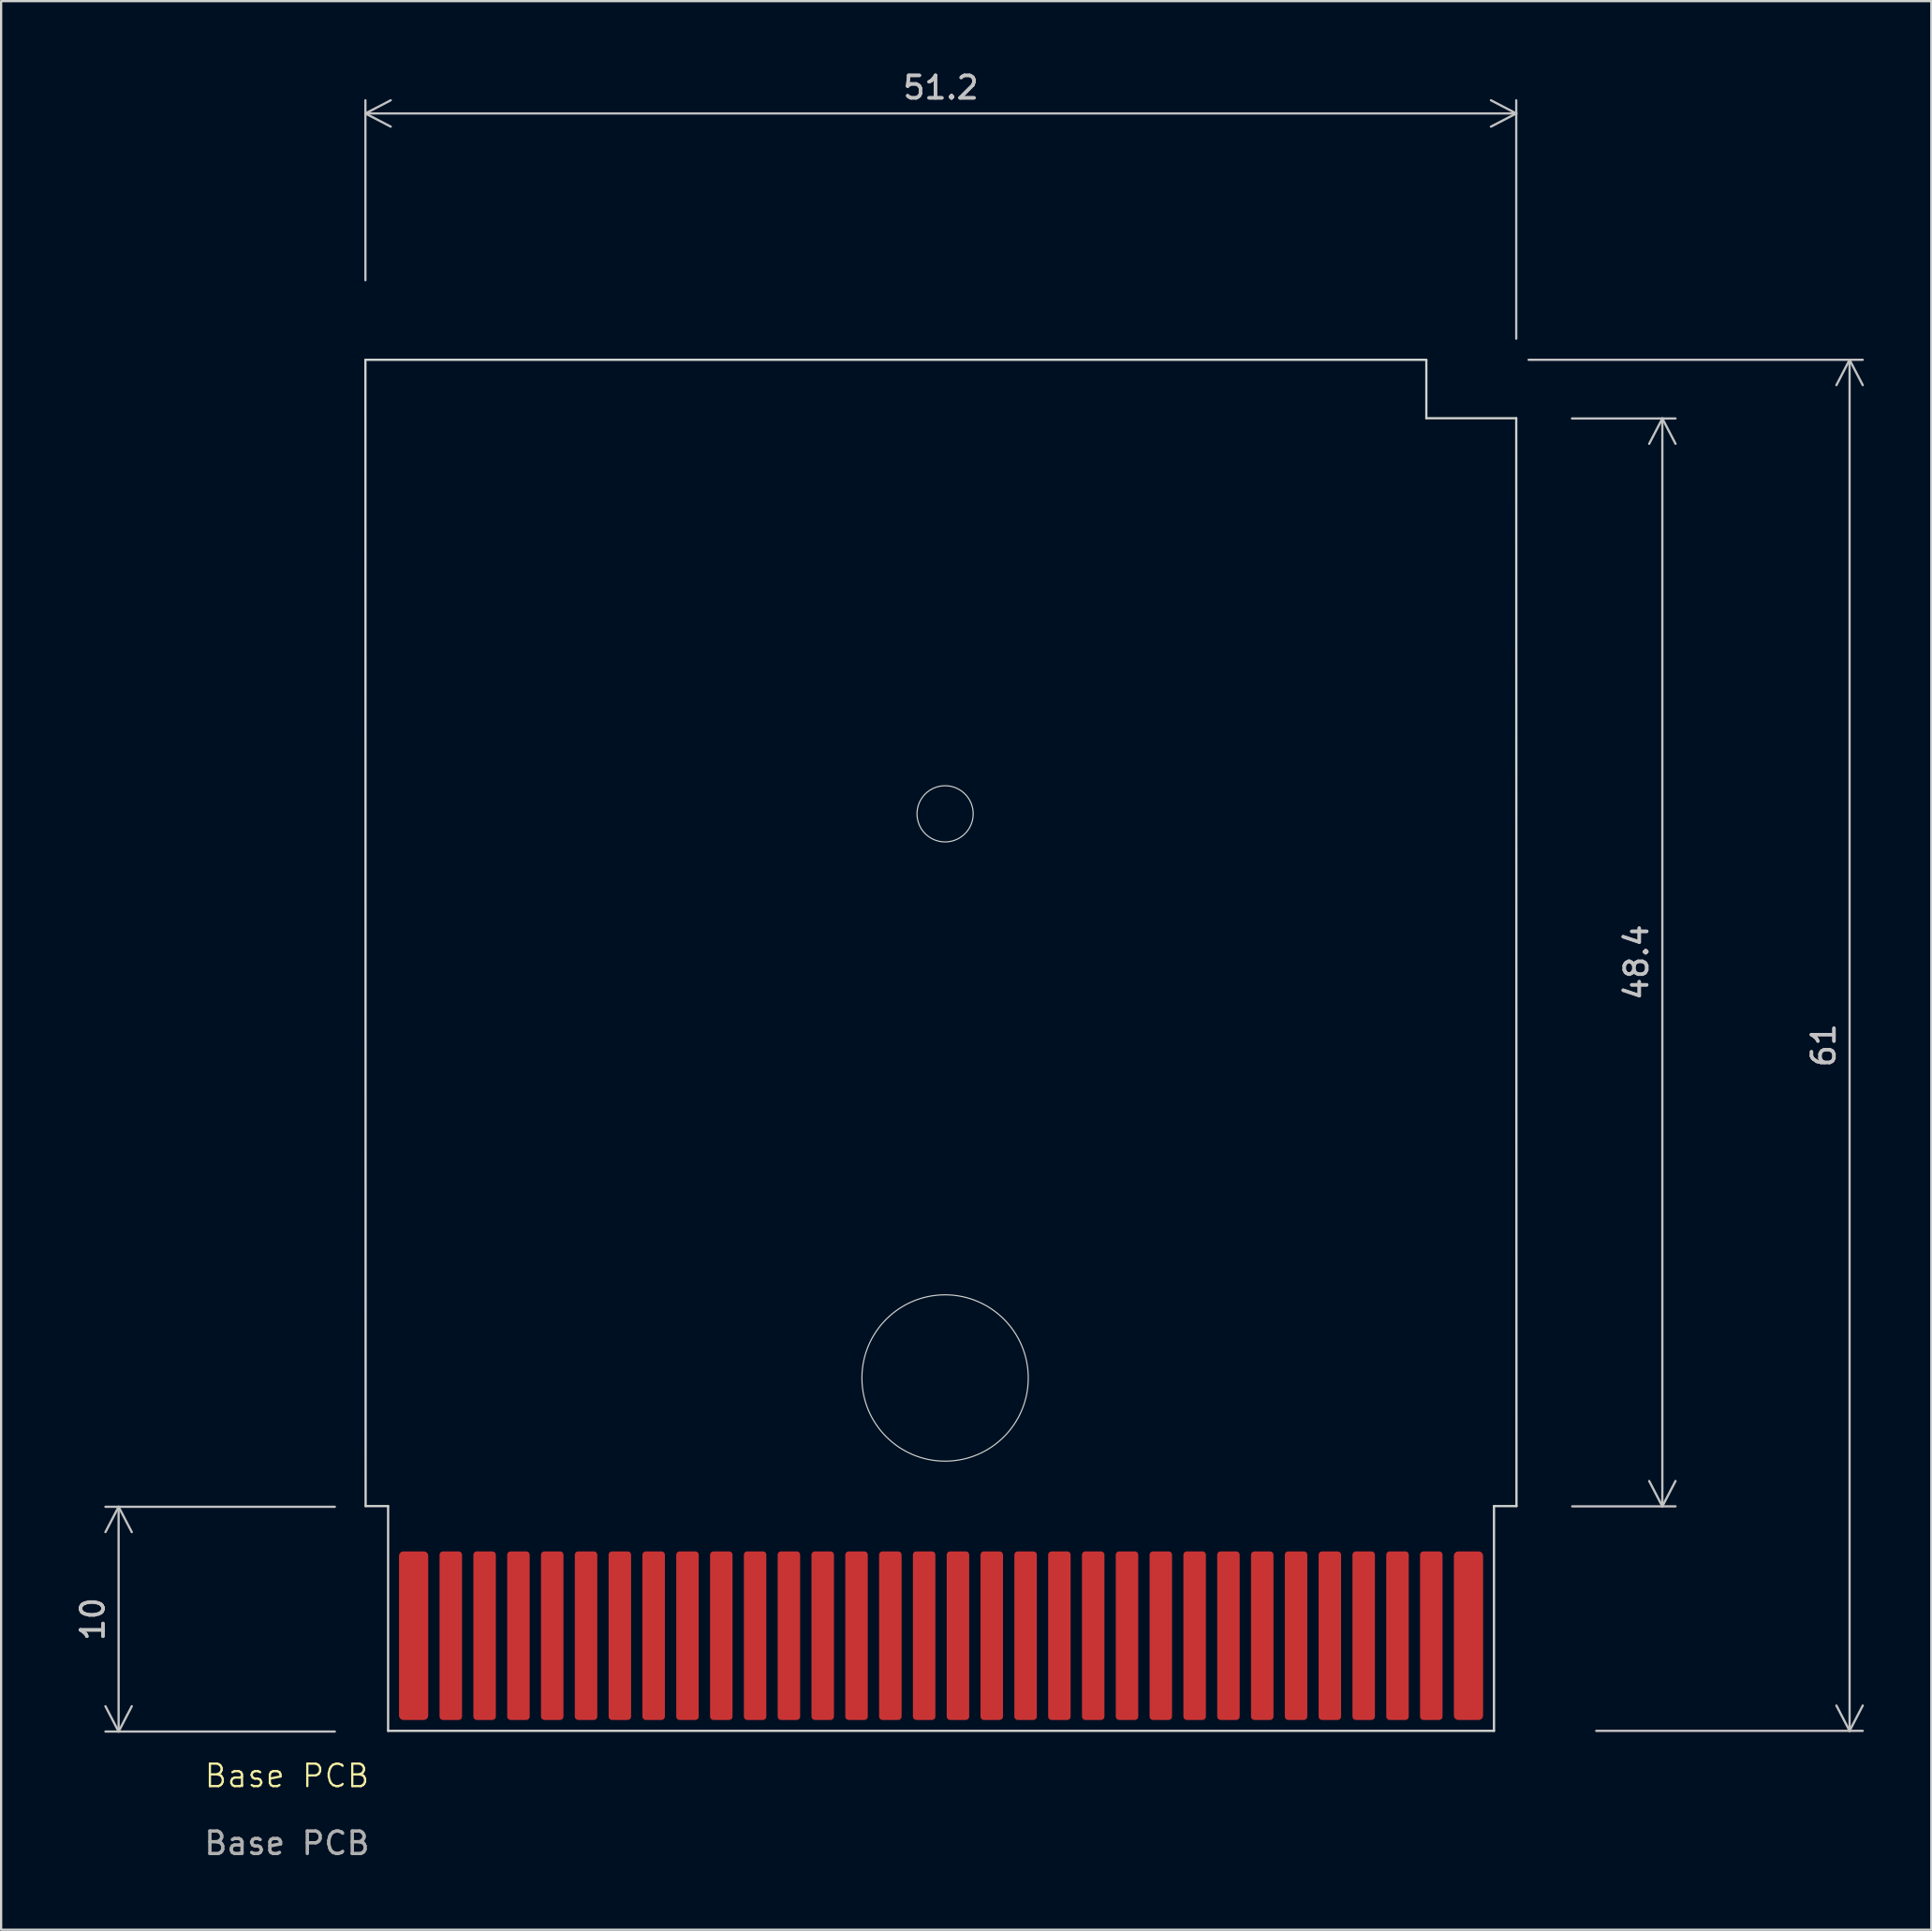
<source format=kicad_pcb>
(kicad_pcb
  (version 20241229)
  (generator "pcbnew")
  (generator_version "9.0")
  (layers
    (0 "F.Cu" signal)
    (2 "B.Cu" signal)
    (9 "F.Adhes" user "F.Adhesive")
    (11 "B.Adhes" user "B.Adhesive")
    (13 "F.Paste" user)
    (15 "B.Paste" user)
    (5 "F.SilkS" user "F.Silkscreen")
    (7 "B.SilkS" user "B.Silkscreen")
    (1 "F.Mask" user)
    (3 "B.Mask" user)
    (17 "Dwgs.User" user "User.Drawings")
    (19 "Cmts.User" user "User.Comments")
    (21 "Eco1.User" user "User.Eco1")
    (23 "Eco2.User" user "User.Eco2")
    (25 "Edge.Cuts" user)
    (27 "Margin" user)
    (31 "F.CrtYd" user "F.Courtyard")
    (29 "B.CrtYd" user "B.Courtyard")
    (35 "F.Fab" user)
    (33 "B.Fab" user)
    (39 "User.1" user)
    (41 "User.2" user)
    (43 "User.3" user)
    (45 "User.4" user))
  (footprint "Base PCB"
    (layer "F.Cu")
    (at 9.717 76.458)
    (property "Reference" "Base PCB" (at 0 -0.5 0) (unlocked yes) (layer "F.SilkS") (effects (font (size 1 1) (thickness 0.1))))
    (attr smd)
    (fp_line (start 3.5 -12.5) (end 3.49 -63.5) (stroke (width 0.1) (type solid)) (layer "Edge.Cuts"))
    (fp_line (start 4.5 -12.5) (end 3.5 -12.5) (stroke (width 0.1) (type solid)) (layer "Edge.Cuts"))
    (fp_line (start 4.5 -2.5) (end 4.5 -12.5) (stroke (width 0.1) (type solid)) (layer "Edge.Cuts"))
    (fp_line (start 50.69 -63.5) (end 3.49 -63.5) (stroke (width 0.1) (type solid)) (layer "Edge.Cuts"))
    (fp_line (start 50.69 -63.5) (end 50.69 -60.9) (stroke (width 0.1) (type solid)) (layer "Edge.Cuts"))
    (fp_line (start 50.69 -60.9) (end 54.69 -60.9) (stroke (width 0.1) (type solid)) (layer "Edge.Cuts"))
    (fp_line (start 53.7 -12.5) (end 54.7 -12.5) (stroke (width 0.1) (type solid)) (layer "Edge.Cuts"))
    (fp_line (start 53.7 -2.5) (end 4.5 -2.5) (stroke (width 0.1) (type solid)) (layer "Edge.Cuts"))
    (fp_line (start 53.7 -2.5) (end 53.7 -12.5) (stroke (width 0.1) (type solid)) (layer "Edge.Cuts"))
    (fp_line (start 54.7 -12.5) (end 54.69 -60.9) (stroke (width 0.1) (type solid)) (layer "Edge.Cuts"))
    (fp_circle (center 29.28 -43.3) (end 30.53 -43.3) (stroke (width 0.05) (type solid)) (fill no) (layer "Edge.Cuts"))
    (fp_circle (center 29.28 -18.2) (end 32.98 -18.2) (stroke (width 0.05) (type solid)) (fill no) (layer "Edge.Cuts"))
    (fp_text user "${REFERENCE}" (at 0 2.5 0) (unlocked yes) (layer "F.Fab") (effects (font (size 1 1) (thickness 0.15))))
    (dimension (type orthogonal) (layer "Dwgs.User") (pts (xy 66.397 63.968) (xy 66.387 15.568)) (height 4.51) (orientation 1) (format (prefix "") (suffix "") (units 3) (units_format 0) (precision 4) (suppress_zeroes yes)) (style (thickness 0.1) (arrow_length 1.27) (text_position_mode 0) (arrow_direction outward) (extension_height 0.586) (extension_offset 0.5) (keep_text_aligned yes)) (gr_text "48.4" (at 69.757 39.768 90) (layer "Dwgs.User") (effects (font (size 1 1) (thickness 0.15)))))
    (dimension (type orthogonal) (layer "Dwgs.User") (pts (xy 13.207 9.918) (xy 64.407 12.518)) (height -7.92) (orientation 0) (format (prefix "") (suffix "") (units 3) (units_format 0) (precision 4) (suppress_zeroes yes)) (style (thickness 0.1) (arrow_length 1.27) (text_position_mode 0) (arrow_direction outward) (extension_height 0.586) (extension_offset 0.5) (keep_text_aligned yes)) (gr_text "51.2" (at 38.807 0.848 0) (layer "Dwgs.User") (effects (font (size 1 1) (thickness 0.15)))))
    (dimension (type orthogonal) (layer "Dwgs.User") (pts (xy 12.347 73.988) (xy 12.347 63.988)) (height -10.12) (orientation 1) (format (prefix "") (suffix "") (units 3) (units_format 0) (precision 4) (suppress_zeroes yes)) (style (thickness 0.1) (arrow_length 1.27) (text_position_mode 0) (arrow_direction outward) (extension_height 0.586) (extension_offset 0.5) (keep_text_aligned yes)) (gr_text "10" (at 1.077 68.988 90) (layer "Dwgs.User") (effects (font (size 1 1) (thickness 0.15)))))
    (dimension (type orthogonal) (layer "Dwgs.User") (pts (xy 67.467 73.958) (xy 64.457 12.958)) (height 11.77) (orientation 1) (format (prefix "") (suffix "") (units 3) (units_format 0) (precision 4) (suppress_zeroes yes)) (style (thickness 0.1) (arrow_length 1.27) (text_position_mode 0) (arrow_direction outward) (extension_height 0.586) (extension_offset 0.5) (keep_text_aligned yes)) (gr_text "61" (at 78.087 43.458 90) (layer "Dwgs.User") (effects (font (size 1 1) (thickness 0.15)))))
    (pad "1" connect roundrect (at 5.635 -6.735 90) (size 7.5 1.3) (layers "F.Cu" "F.Mask") (roundrect_rratio 0.15))
    (pad "2" connect roundrect (at 7.289 -6.735 90) (size 7.5 1) (layers "F.Cu" "F.Mask") (roundrect_rratio 0.15))
    (pad "3" connect roundrect (at 8.793 -6.735 90) (size 7.5 1) (layers "F.Cu" "F.Mask") (roundrect_rratio 0.15))
    (pad "4" connect roundrect (at 10.298 -6.735 90) (size 7.5 1) (layers "F.Cu" "F.Mask") (roundrect_rratio 0.15))
    (pad "5" connect roundrect (at 11.802 -6.735 90) (size 7.5 1) (layers "F.Cu" "F.Mask") (roundrect_rratio 0.15))
    (pad "6" connect roundrect (at 13.306 -6.735 90) (size 7.5 1) (layers "F.Cu" "F.Mask") (roundrect_rratio 0.15))
    (pad "7" connect roundrect (at 14.81 -6.735 90) (size 7.5 1) (layers "F.Cu" "F.Mask") (roundrect_rratio 0.15))
    (pad "8" connect roundrect (at 16.314 -6.735 90) (size 7.5 1) (layers "F.Cu" "F.Mask") (roundrect_rratio 0.15))
    (pad "9" connect roundrect (at 17.819 -6.735 90) (size 7.5 1) (layers "F.Cu" "F.Mask") (roundrect_rratio 0.15))
    (pad "10" connect roundrect (at 19.323 -6.735 90) (size 7.5 1) (layers "F.Cu" "F.Mask") (roundrect_rratio 0.15))
    (pad "11" connect roundrect (at 20.827 -6.735 90) (size 7.5 1) (layers "F.Cu" "F.Mask") (roundrect_rratio 0.15))
    (pad "12" connect roundrect (at 22.331 -6.735 90) (size 7.5 1) (layers "F.Cu" "F.Mask") (roundrect_rratio 0.15))
    (pad "13" connect roundrect (at 23.835 -6.735 90) (size 7.5 1) (layers "F.Cu" "F.Mask") (roundrect_rratio 0.15))
    (pad "14" connect roundrect (at 25.34 -6.735 90) (size 7.5 1) (layers "F.Cu" "F.Mask") (roundrect_rratio 0.15))
    (pad "15" connect roundrect (at 26.844 -6.735 90) (size 7.5 1) (layers "F.Cu" "F.Mask") (roundrect_rratio 0.15))
    (pad "16" connect roundrect (at 28.348 -6.735 90) (size 7.5 1) (layers "F.Cu" "F.Mask") (roundrect_rratio 0.15))
    (pad "17" connect roundrect (at 29.852 -6.735 90) (size 7.5 1) (layers "F.Cu" "F.Mask") (roundrect_rratio 0.15))
    (pad "18" connect roundrect (at 31.356 -6.735 90) (size 7.5 1) (layers "F.Cu" "F.Mask") (roundrect_rratio 0.15))
    (pad "19" connect roundrect (at 32.861 -6.735 90) (size 7.5 1) (layers "F.Cu" "F.Mask") (roundrect_rratio 0.15))
    (pad "20" connect roundrect (at 34.365 -6.735 90) (size 7.5 1) (layers "F.Cu" "F.Mask") (roundrect_rratio 0.15))
    (pad "21" connect roundrect (at 35.869 -6.735 90) (size 7.5 1) (layers "F.Cu" "F.Mask") (roundrect_rratio 0.15))
    (pad "22" connect roundrect (at 37.373 -6.735 90) (size 7.5 1) (layers "F.Cu" "F.Mask") (roundrect_rratio 0.15))
    (pad "23" connect roundrect (at 38.877 -6.735 90) (size 7.5 1) (layers "F.Cu" "F.Mask") (roundrect_rratio 0.15))
    (pad "24" connect roundrect (at 40.382 -6.735 90) (size 7.5 1) (layers "F.Cu" "F.Mask") (roundrect_rratio 0.15))
    (pad "25" connect roundrect (at 41.886 -6.735 90) (size 7.5 1) (layers "F.Cu" "F.Mask") (roundrect_rratio 0.15))
    (pad "26" connect roundrect (at 43.39 -6.735 90) (size 7.5 1) (layers "F.Cu" "F.Mask") (roundrect_rratio 0.15))
    (pad "27" connect roundrect (at 44.894 -6.735 90) (size 7.5 1) (layers "F.Cu" "F.Mask") (roundrect_rratio 0.15))
    (pad "28" connect roundrect (at 46.398 -6.735 90) (size 7.5 1) (layers "F.Cu" "F.Mask") (roundrect_rratio 0.15))
    (pad "29" connect roundrect (at 47.903 -6.735 90) (size 7.5 1) (layers "F.Cu" "F.Mask") (roundrect_rratio 0.15))
    (pad "30" connect roundrect (at 49.407 -6.735 90) (size 7.5 1) (layers "F.Cu" "F.Mask") (roundrect_rratio 0.15))
    (pad "31" connect roundrect (at 50.911 -6.735 90) (size 7.5 1) (layers "F.Cu" "F.Mask") (roundrect_rratio 0.15))
    (pad "32" connect roundrect (at 52.565 -6.735 90) (size 7.5 1.3) (layers "F.Cu" "F.Mask") (roundrect_rratio 0.15)))
  (gr_rect
    (start -3 -3)
    (end 82.874 82.806)
    (stroke (width 0.1) (type default))
    (fill no)
    (layer "Edge.Cuts")))
</source>
